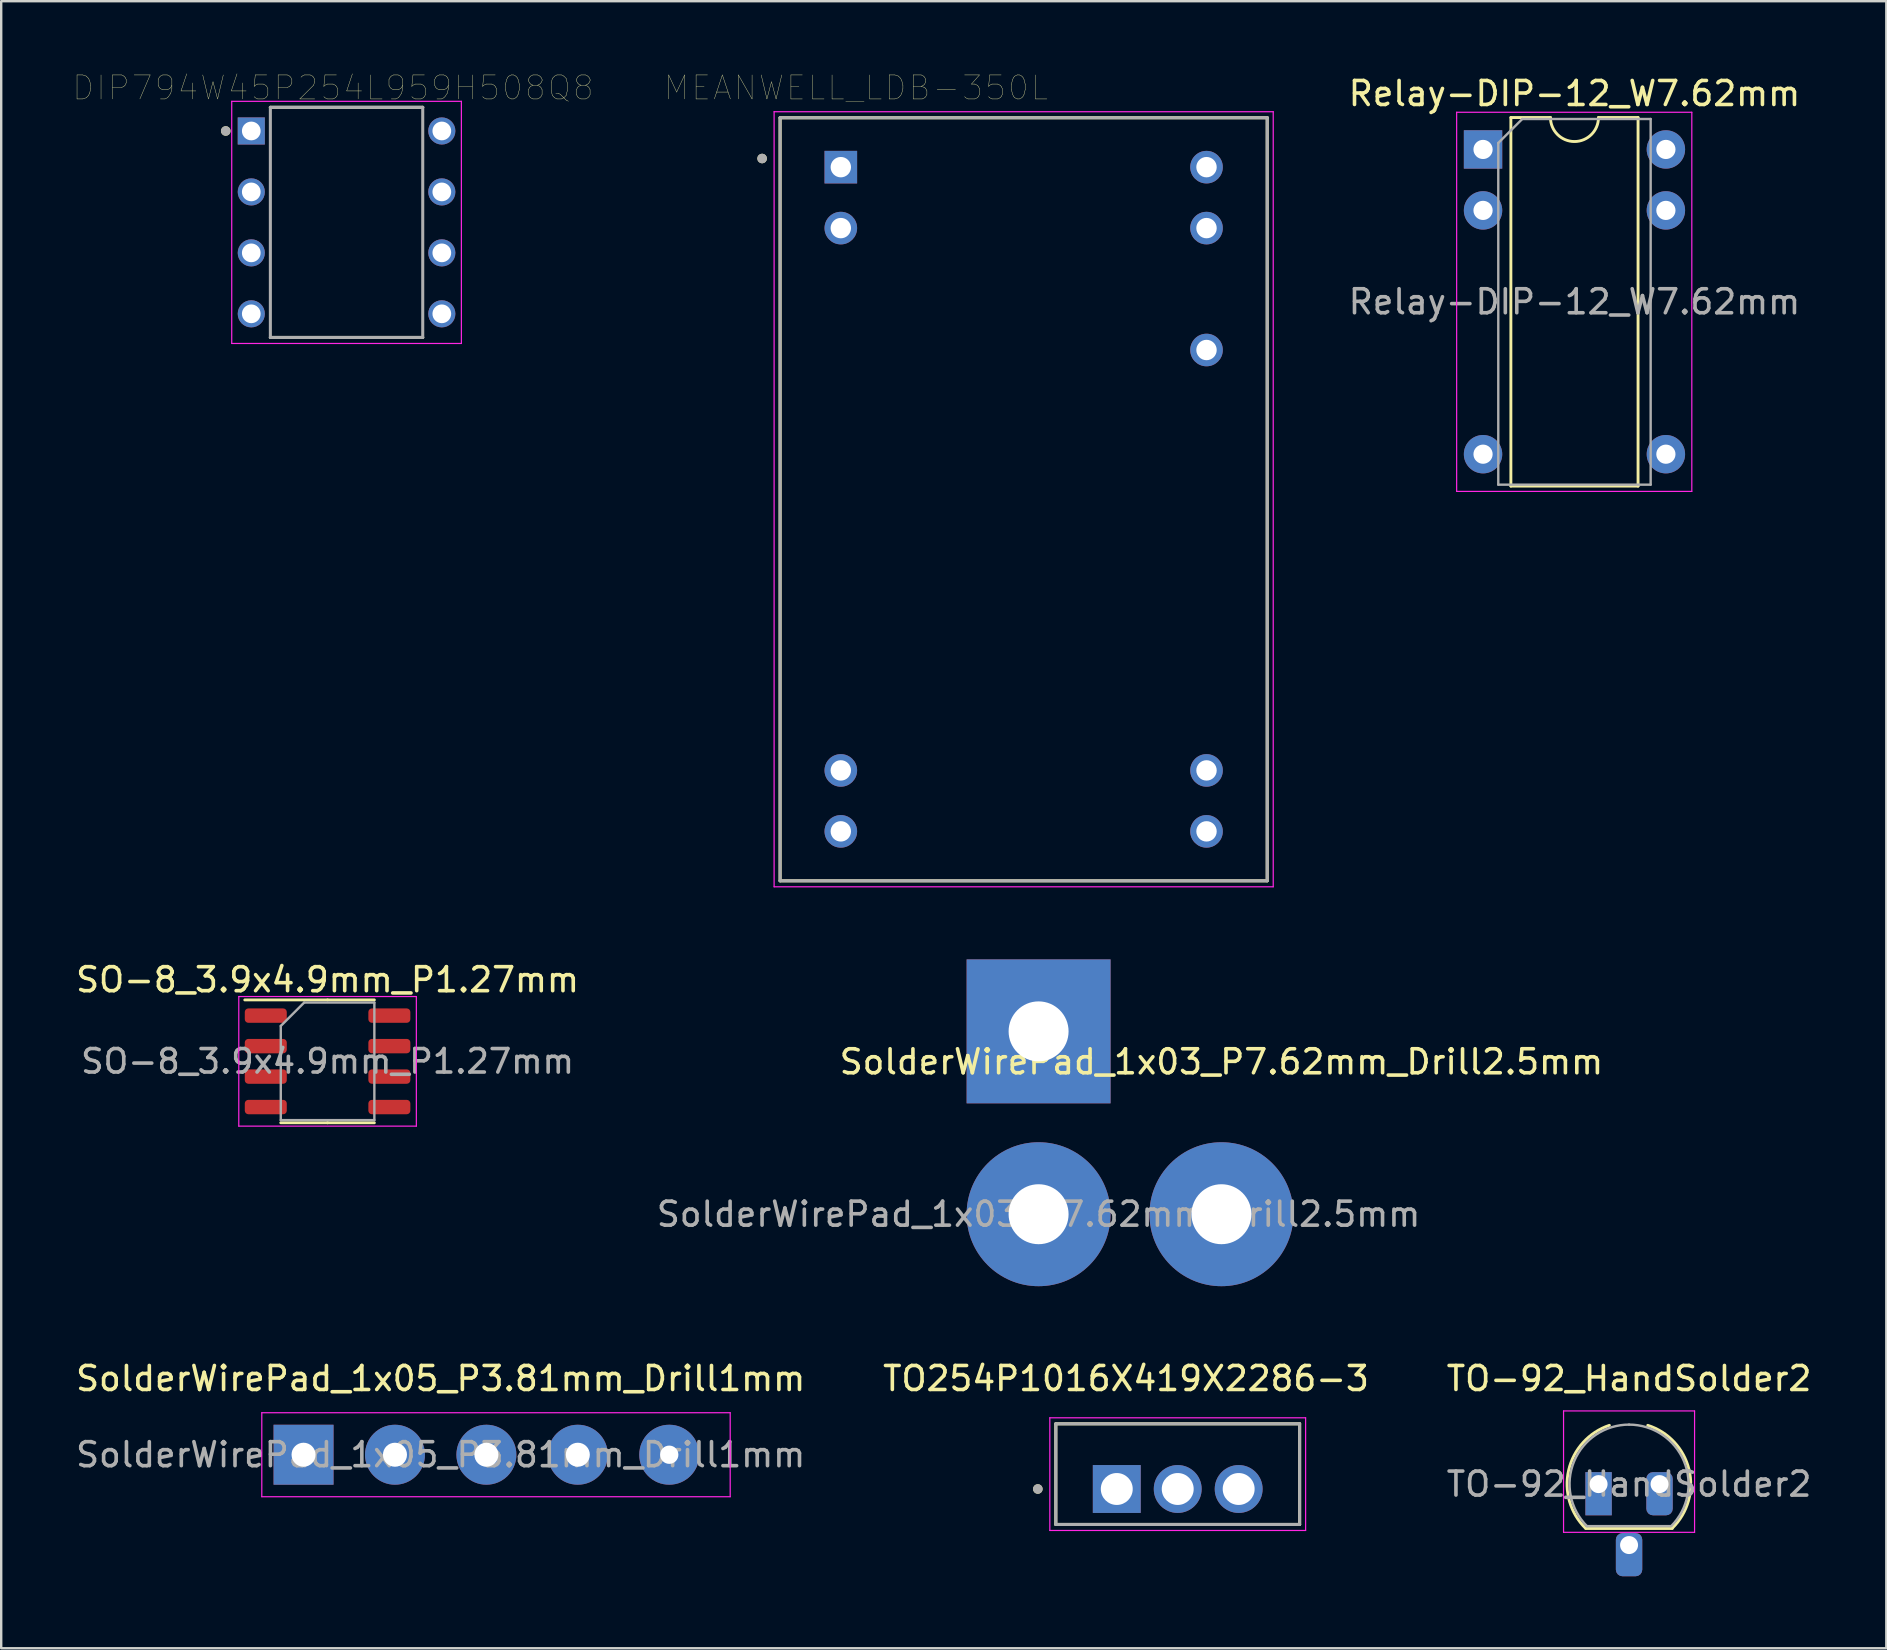
<source format=kicad_pcb>
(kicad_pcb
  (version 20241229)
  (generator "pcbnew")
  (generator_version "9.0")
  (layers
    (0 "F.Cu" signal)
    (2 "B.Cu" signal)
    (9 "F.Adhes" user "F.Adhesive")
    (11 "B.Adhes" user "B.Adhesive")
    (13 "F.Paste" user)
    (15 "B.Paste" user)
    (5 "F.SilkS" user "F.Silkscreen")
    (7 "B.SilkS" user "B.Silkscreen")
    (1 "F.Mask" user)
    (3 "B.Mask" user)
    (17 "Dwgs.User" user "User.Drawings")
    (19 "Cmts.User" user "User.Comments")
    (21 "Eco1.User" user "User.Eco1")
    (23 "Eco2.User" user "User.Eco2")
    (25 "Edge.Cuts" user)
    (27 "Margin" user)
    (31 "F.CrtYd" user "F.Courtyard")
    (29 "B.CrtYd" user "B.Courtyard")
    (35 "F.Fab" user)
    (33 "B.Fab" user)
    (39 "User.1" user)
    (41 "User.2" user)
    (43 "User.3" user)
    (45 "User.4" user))
  (footprint "TO-92_HandSolder2"
    (layer "F.Cu")
    (at 63.569 58.799)
    (property "Reference" "TO-92_HandSolder2" (at 1.27 -4.4 0) (layer "F.SilkS") (effects (font (size 1 1) (thickness 0.15))))
    (attr through_hole)
    (fp_line (start -0.53 1.85) (end 3.07 1.85) (stroke (width 0.12) (type solid)) (layer "F.SilkS"))
    (fp_arc (start -0.541875 1.841741) (mid -1.247231 -0.581764) (end 0.45 -2.45) (stroke (width 0.12) (type solid)) (layer "F.SilkS"))
    (fp_arc (start 2.05 -2.45) (mid 3.769931 -0.601036) (end 3.078445 1.827684) (stroke (width 0.12) (type solid)) (layer "F.SilkS"))
    (fp_line (start -1.46 -3.05) (end -1.46 2.01) (stroke (width 0.05) (type solid)) (layer "F.CrtYd"))
    (fp_line (start -1.46 -3.05) (end 4 -3.05) (stroke (width 0.05) (type solid)) (layer "F.CrtYd"))
    (fp_line (start 4 2.01) (end -1.46 2.01) (stroke (width 0.05) (type solid)) (layer "F.CrtYd"))
    (fp_line (start 4 2.01) (end 4 -3.05) (stroke (width 0.05) (type solid)) (layer "F.CrtYd"))
    (fp_line (start -0.5 1.75) (end 3 1.75) (stroke (width 0.1) (type solid)) (layer "F.Fab"))
    (fp_arc (start -0.483625 1.753625) (mid -1.021221 -0.949055) (end 1.27 -2.48) (stroke (width 0.1) (type solid)) (layer "F.Fab"))
    (fp_arc (start 1.27 -2.48) (mid 3.561221 -0.949055) (end 3.023625 1.753625) (stroke (width 0.1) (type solid)) (layer "F.Fab"))
    (fp_text user "${REFERENCE}" (at 1.27 0 0) (layer "F.Fab") (effects (font (size 1 1) (thickness 0.15))))
    (pad "1" thru_hole rect (at 0 0) (size 1.1 1.8) (drill 0.75 (offset 0 0.4)) (layers "*.Cu" "*.Mask"))
    (pad "2" thru_hole roundrect (at 1.27 2.54 180) (size 1.1 1.8) (drill 0.75 (offset 0 -0.4)) (layers "*.Cu" "*.Mask") (roundrect_rratio 0.25))
    (pad "3" thru_hole roundrect (at 2.54 0) (size 1.1 1.8) (drill 0.75 (offset 0 0.4)) (layers "*.Cu" "*.Mask") (roundrect_rratio 0.25)))
  (footprint "SolderWirePad_1x05_P3.81mm_Drill1mm"
    (layer "F.Cu")
    (at 9.6 57.574)
    (property "Reference" "SolderWirePad_1x05_P3.81mm_Drill1mm" (at 5.715 -3.175 0) (layer "F.SilkS") (effects (font (size 1 1) (thickness 0.15))))
    (attr exclude_from_pos_files exclude_from_bom)
    (fp_line (start -1.74 -1.75) (end -1.74 1.75) (stroke (width 0.05) (type solid)) (layer "F.CrtYd"))
    (fp_line (start -1.74 -1.75) (end 17.78 -1.75) (stroke (width 0.05) (type solid)) (layer "F.CrtYd"))
    (fp_line (start 17.78 1.75) (end -1.74 1.75) (stroke (width 0.05) (type solid)) (layer "F.CrtYd"))
    (fp_line (start 17.78 1.75) (end 17.78 -1.75) (stroke (width 0.05) (type solid)) (layer "F.CrtYd"))
    (fp_text user "${REFERENCE}" (at 5.715 0 0) (layer "F.Fab") (effects (font (size 1 1) (thickness 0.15))))
    (pad "1" thru_hole rect (at 0 0) (size 2.499 2.499) (drill 1.001) (layers "*.Cu" "*.Mask"))
    (pad "2" thru_hole circle (at 3.81 0) (size 2.499 2.499) (drill 1.001) (layers "*.Cu" "*.Mask"))
    (pad "3" thru_hole circle (at 7.62 0) (size 2.499 2.499) (drill 1.001) (layers "*.Cu" "*.Mask"))
    (pad "4" thru_hole circle (at 11.43 0) (size 2.499 2.499) (drill 1.001) (layers "*.Cu" "*.Mask"))
    (pad "5" thru_hole circle (at 15.24 0) (size 2.499 2.499) (drill 0.762) (layers "*.Cu" "*.Mask")))
  (footprint "TO254P1016X419X2286-3"
    (layer "F.Cu")
    (at 46.03 59.002)
    (property "Reference" "TO254P1016X419X2286-3" (at -2.155 -4.603 0) (layer "F.SilkS") (effects (font (size 1 1) (thickness 0.15))))
    (attr through_hole)
    (fp_line (start -5.08 -2.717) (end 5.08 -2.717) (stroke (width 0.127) (type solid)) (layer "F.SilkS"))
    (fp_line (start -5.08 1.478) (end -5.08 -2.717) (stroke (width 0.127) (type solid)) (layer "F.SilkS"))
    (fp_line (start 5.08 -2.717) (end 5.08 1.478) (stroke (width 0.127) (type solid)) (layer "F.SilkS"))
    (fp_line (start 5.08 1.478) (end -5.08 1.478) (stroke (width 0.127) (type solid)) (layer "F.SilkS"))
    (fp_circle (center -5.83 0) (end -5.73 0) (stroke (width 0.2) (type solid)) (fill no) (layer "F.SilkS"))
    (fp_line (start -5.33 -2.967) (end -5.33 1.728) (stroke (width 0.05) (type solid)) (layer "F.CrtYd"))
    (fp_line (start -5.33 1.728) (end 5.33 1.728) (stroke (width 0.05) (type solid)) (layer "F.CrtYd"))
    (fp_line (start 5.33 -2.967) (end -5.33 -2.967) (stroke (width 0.05) (type solid)) (layer "F.CrtYd"))
    (fp_line (start 5.33 1.728) (end 5.33 -2.967) (stroke (width 0.05) (type solid)) (layer "F.CrtYd"))
    (fp_line (start -5.08 -2.717) (end 5.08 -2.717) (stroke (width 0.127) (type solid)) (layer "F.Fab"))
    (fp_line (start -5.08 1.478) (end -5.08 -2.717) (stroke (width 0.127) (type solid)) (layer "F.Fab"))
    (fp_line (start 5.08 -2.717) (end 5.08 1.478) (stroke (width 0.127) (type solid)) (layer "F.Fab"))
    (fp_line (start 5.08 1.478) (end -5.08 1.478) (stroke (width 0.127) (type solid)) (layer "F.Fab"))
    (fp_circle (center -5.83 0) (end -5.73 0) (stroke (width 0.2) (type solid)) (fill no) (layer "F.Fab"))
    (pad "1" thru_hole rect (at -2.54 0) (size 1.995 1.995) (drill 1.33) (layers "*.Cu" "*.Mask"))
    (pad "2" thru_hole circle (at 0 0) (size 1.995 1.995) (drill 1.33) (layers "*.Cu" "*.Mask"))
    (pad "3" thru_hole circle (at 2.54 0) (size 1.995 1.995) (drill 1.33) (layers "*.Cu" "*.Mask")))
  (footprint "MEANWELL_LDB-350L"
    (layer "F.Cu")
    (at 39.61 17.756)
    (property "Reference" "MEANWELL_LDB-350L" (at -6.985 -17.145 0) (layer "F.SilkS") (effects (font (size 1 1) (thickness 0.015))))
    (attr through_hole)
    (fp_line (start -10.15 -15.9) (end 10.15 -15.9) (stroke (width 0.127) (type solid)) (layer "F.SilkS"))
    (fp_line (start -10.15 15.9) (end -10.15 -15.9) (stroke (width 0.127) (type solid)) (layer "F.SilkS"))
    (fp_line (start 10.15 -15.9) (end 10.15 15.9) (stroke (width 0.127) (type solid)) (layer "F.SilkS"))
    (fp_line (start 10.15 15.9) (end -10.15 15.9) (stroke (width 0.127) (type solid)) (layer "F.SilkS"))
    (fp_circle (center -10.9 -14.2) (end -10.8 -14.2) (stroke (width 0.2) (type solid)) (fill no) (layer "F.SilkS"))
    (fp_line (start -10.4 -16.15) (end 10.4 -16.15) (stroke (width 0.05) (type solid)) (layer "F.CrtYd"))
    (fp_line (start -10.4 16.15) (end -10.4 -16.15) (stroke (width 0.05) (type solid)) (layer "F.CrtYd"))
    (fp_line (start 10.4 -16.15) (end 10.4 16.15) (stroke (width 0.05) (type solid)) (layer "F.CrtYd"))
    (fp_line (start 10.4 16.15) (end -10.4 16.15) (stroke (width 0.05) (type solid)) (layer "F.CrtYd"))
    (fp_line (start -10.15 -15.9) (end 10.15 -15.9) (stroke (width 0.127) (type solid)) (layer "F.Fab"))
    (fp_line (start -10.15 15.9) (end -10.15 -15.9) (stroke (width 0.127) (type solid)) (layer "F.Fab"))
    (fp_line (start 10.15 -15.9) (end 10.15 15.9) (stroke (width 0.127) (type solid)) (layer "F.Fab"))
    (fp_line (start 10.15 15.9) (end -10.15 15.9) (stroke (width 0.127) (type solid)) (layer "F.Fab"))
    (fp_circle (center -10.9 -14.2) (end -10.8 -14.2) (stroke (width 0.2) (type solid)) (fill no) (layer "F.Fab"))
    (pad "1" thru_hole rect (at -7.62 -13.84) (size 1.358 1.358) (drill 0.85) (layers "*.Cu" "*.Mask"))
    (pad "2" thru_hole circle (at -7.62 -11.3) (size 1.358 1.358) (drill 0.85) (layers "*.Cu" "*.Mask"))
    (pad "11" thru_hole circle (at -7.62 11.3) (size 1.358 1.358) (drill 0.85) (layers "*.Cu" "*.Mask"))
    (pad "12" thru_hole circle (at -7.62 13.84) (size 1.358 1.358) (drill 0.85) (layers "*.Cu" "*.Mask"))
    (pad "13" thru_hole circle (at 7.62 13.84) (size 1.358 1.358) (drill 0.85) (layers "*.Cu" "*.Mask"))
    (pad "14" thru_hole circle (at 7.62 11.3) (size 1.358 1.358) (drill 0.85) (layers "*.Cu" "*.Mask"))
    (pad "21" thru_hole circle (at 7.62 -6.22) (size 1.358 1.358) (drill 0.85) (layers "*.Cu" "*.Mask"))
    (pad "23" thru_hole circle (at 7.62 -11.3) (size 1.358 1.358) (drill 0.85) (layers "*.Cu" "*.Mask"))
    (pad "24" thru_hole circle (at 7.62 -13.84) (size 1.358 1.358) (drill 0.85) (layers "*.Cu" "*.Mask")))
  (footprint "SolderWirePad_1x03_P7.62mm_Drill2.5mm"
    (layer "F.Cu")
    (at 32.612 47.551)
    (property "Reference" "SolderWirePad_1x03_P7.62mm_Drill2.5mm" (at 15.24 -6.35 0) (layer "F.SilkS") (effects (font (size 1 1) (thickness 0.15))))
    (attr exclude_from_pos_files exclude_from_bom)
    (fp_text user "${REFERENCE}" (at 7.62 0 0) (layer "F.Fab") (effects (font (size 1 1) (thickness 0.15))))
    (pad "1" thru_hole rect (at 7.62 -7.62) (size 5.999 5.999) (drill 2.499) (layers "*.Cu" "*.Mask"))
    (pad "2" thru_hole circle (at 7.62 0) (size 5.999 5.999) (drill 2.499) (layers "*.Cu" "*.Mask"))
    (pad "3" thru_hole circle (at 15.24 0) (size 5.999 5.999) (drill 2.499) (layers "*.Cu" "*.Mask")))
  (footprint "DIP794W45P254L959H508Q8"
    (layer "F.Cu")
    (at 11.392 6.218)
    (property "Reference" "DIP794W45P254L959H508Q8" (at -0.565 -5.607 0) (layer "F.SilkS") (effects (font (size 1 1) (thickness 0.015))))
    (attr through_hole)
    (fp_line (start -3.175 -4.795) (end 3.175 -4.795) (stroke (width 0.127) (type solid)) (layer "F.SilkS"))
    (fp_line (start -3.175 4.795) (end 3.175 4.795) (stroke (width 0.127) (type solid)) (layer "F.SilkS"))
    (fp_circle (center -5.035 -3.81) (end -4.935 -3.81) (stroke (width 0.2) (type solid)) (fill no) (layer "F.SilkS"))
    (fp_line (start -4.785 -5.045) (end -4.785 5.045) (stroke (width 0.05) (type solid)) (layer "F.CrtYd"))
    (fp_line (start 4.785 -5.045) (end -4.785 -5.045) (stroke (width 0.05) (type solid)) (layer "F.CrtYd"))
    (fp_line (start 4.785 -5.045) (end 4.785 5.045) (stroke (width 0.05) (type solid)) (layer "F.CrtYd"))
    (fp_line (start 4.785 5.045) (end -4.785 5.045) (stroke (width 0.05) (type solid)) (layer "F.CrtYd"))
    (fp_line (start -3.175 -4.795) (end -3.175 4.795) (stroke (width 0.127) (type solid)) (layer "F.Fab"))
    (fp_line (start -3.175 -4.795) (end 3.175 -4.795) (stroke (width 0.127) (type solid)) (layer "F.Fab"))
    (fp_line (start -3.175 4.795) (end 3.175 4.795) (stroke (width 0.127) (type solid)) (layer "F.Fab"))
    (fp_line (start 3.175 -4.795) (end 3.175 4.795) (stroke (width 0.127) (type solid)) (layer "F.Fab"))
    (fp_circle (center -5.035 -3.81) (end -4.935 -3.81) (stroke (width 0.2) (type solid)) (fill no) (layer "F.Fab"))
    (pad "1" thru_hole rect (at -3.97 -3.81) (size 1.13 1.13) (drill 0.78) (layers "*.Cu" "*.Mask"))
    (pad "2" thru_hole circle (at -3.97 -1.27) (size 1.13 1.13) (drill 0.78) (layers "*.Cu" "*.Mask"))
    (pad "3" thru_hole circle (at -3.97 1.27) (size 1.13 1.13) (drill 0.78) (layers "*.Cu" "*.Mask"))
    (pad "4" thru_hole circle (at -3.97 3.81) (size 1.13 1.13) (drill 0.78) (layers "*.Cu" "*.Mask"))
    (pad "5" thru_hole circle (at 3.97 3.81) (size 1.13 1.13) (drill 0.78) (layers "*.Cu" "*.Mask"))
    (pad "6" thru_hole circle (at 3.97 1.27) (size 1.13 1.13) (drill 0.78) (layers "*.Cu" "*.Mask"))
    (pad "7" thru_hole circle (at 3.97 -1.27) (size 1.13 1.13) (drill 0.78) (layers "*.Cu" "*.Mask"))
    (pad "8" thru_hole circle (at 3.97 -3.81) (size 1.13 1.13) (drill 0.78) (layers "*.Cu" "*.Mask")))
  (footprint "Relay-DIP-12_W7.62mm"
    (layer "F.Cu")
    (at 58.754 3.178)
    (property "Reference" "Relay-DIP-12_W7.62mm" (at 3.81 -2.33 0) (layer "F.SilkS") (effects (font (size 1 1) (thickness 0.15))))
    (attr through_hole)
    (fp_line (start 1.16 -1.33) (end 1.16 14.03) (stroke (width 0.12) (type solid)) (layer "F.SilkS"))
    (fp_line (start 1.16 14.03) (end 6.46 14.03) (stroke (width 0.12) (type solid)) (layer "F.SilkS"))
    (fp_line (start 2.81 -1.33) (end 1.16 -1.33) (stroke (width 0.12) (type solid)) (layer "F.SilkS"))
    (fp_line (start 6.46 -1.33) (end 4.81 -1.33) (stroke (width 0.12) (type solid)) (layer "F.SilkS"))
    (fp_line (start 6.46 14.03) (end 6.46 -1.33) (stroke (width 0.12) (type solid)) (layer "F.SilkS"))
    (fp_arc (start 4.81 -1.33) (mid 3.81 -0.33) (end 2.81 -1.33) (stroke (width 0.12) (type solid)) (layer "F.SilkS"))
    (fp_line (start -1.1 -1.55) (end -1.1 14.25) (stroke (width 0.05) (type solid)) (layer "F.CrtYd"))
    (fp_line (start -1.1 14.25) (end 8.7 14.25) (stroke (width 0.05) (type solid)) (layer "F.CrtYd"))
    (fp_line (start 8.7 -1.55) (end -1.1 -1.55) (stroke (width 0.05) (type solid)) (layer "F.CrtYd"))
    (fp_line (start 8.7 14.25) (end 8.7 -1.55) (stroke (width 0.05) (type solid)) (layer "F.CrtYd"))
    (fp_line (start 0.635 -0.27) (end 1.635 -1.27) (stroke (width 0.1) (type solid)) (layer "F.Fab"))
    (fp_line (start 0.635 13.97) (end 0.635 -0.27) (stroke (width 0.1) (type solid)) (layer "F.Fab"))
    (fp_line (start 1.635 -1.27) (end 6.985 -1.27) (stroke (width 0.1) (type solid)) (layer "F.Fab"))
    (fp_line (start 6.985 -1.27) (end 6.985 13.97) (stroke (width 0.1) (type solid)) (layer "F.Fab"))
    (fp_line (start 6.985 13.97) (end 0.635 13.97) (stroke (width 0.1) (type solid)) (layer "F.Fab"))
    (fp_text user "${REFERENCE}" (at 3.81 6.35 0) (layer "F.Fab") (effects (font (size 1 1) (thickness 0.15))))
    (pad "1" thru_hole rect (at 0 0) (size 1.6 1.6) (drill 0.8) (layers "*.Cu" "*.Mask"))
    (pad "2" thru_hole oval (at 0 2.54) (size 1.6 1.6) (drill 0.8) (layers "*.Cu" "*.Mask"))
    (pad "6" thru_hole oval (at 0 12.7) (size 1.6 1.6) (drill 0.8) (layers "*.Cu" "*.Mask"))
    (pad "7" thru_hole oval (at 7.62 12.7) (size 1.6 1.6) (drill 0.8) (layers "*.Cu" "*.Mask"))
    (pad "11" thru_hole oval (at 7.62 2.54) (size 1.6 1.6) (drill 0.8) (layers "*.Cu" "*.Mask"))
    (pad "12" thru_hole oval (at 7.62 0) (size 1.6 1.6) (drill 0.8) (layers "*.Cu" "*.Mask")))
  (footprint "SO-8_3.9x4.9mm_P1.27mm"
    (layer "F.Cu")
    (at 10.601 41.18)
    (property "Reference" "SO-8_3.9x4.9mm_P1.27mm" (at 0 -3.4 0) (layer "F.SilkS") (effects (font (size 1 1) (thickness 0.15))))
    (attr smd)
    (fp_line (start 0 -2.56) (end -3.45 -2.56) (stroke (width 0.12) (type solid)) (layer "F.SilkS"))
    (fp_line (start 0 -2.56) (end 1.95 -2.56) (stroke (width 0.12) (type solid)) (layer "F.SilkS"))
    (fp_line (start 0 2.56) (end -1.95 2.56) (stroke (width 0.12) (type solid)) (layer "F.SilkS"))
    (fp_line (start 0 2.56) (end 1.95 2.56) (stroke (width 0.12) (type solid)) (layer "F.SilkS"))
    (fp_line (start -3.7 -2.7) (end -3.7 2.7) (stroke (width 0.05) (type solid)) (layer "F.CrtYd"))
    (fp_line (start -3.7 2.7) (end 3.7 2.7) (stroke (width 0.05) (type solid)) (layer "F.CrtYd"))
    (fp_line (start 3.7 -2.7) (end -3.7 -2.7) (stroke (width 0.05) (type solid)) (layer "F.CrtYd"))
    (fp_line (start 3.7 2.7) (end 3.7 -2.7) (stroke (width 0.05) (type solid)) (layer "F.CrtYd"))
    (fp_line (start -1.95 -1.475) (end -0.975 -2.45) (stroke (width 0.1) (type solid)) (layer "F.Fab"))
    (fp_line (start -1.95 2.45) (end -1.95 -1.475) (stroke (width 0.1) (type solid)) (layer "F.Fab"))
    (fp_line (start -0.975 -2.45) (end 1.95 -2.45) (stroke (width 0.1) (type solid)) (layer "F.Fab"))
    (fp_line (start 1.95 -2.45) (end 1.95 2.45) (stroke (width 0.1) (type solid)) (layer "F.Fab"))
    (fp_line (start 1.95 2.45) (end -1.95 2.45) (stroke (width 0.1) (type solid)) (layer "F.Fab"))
    (fp_text user "${REFERENCE}" (at 0 0 0) (layer "F.Fab") (effects (font (size 0.98 0.98) (thickness 0.15))))
    (pad "1" smd roundrect (at 2.575 -1.905) (size 1.75 0.6) (layers "F.Cu" "F.Mask" "F.Paste") (roundrect_rratio 0.25))
    (pad "1" smd roundrect (at 2.575 -0.635) (size 1.75 0.6) (layers "F.Cu" "F.Mask" "F.Paste") (roundrect_rratio 0.25))
    (pad "1" smd roundrect (at 2.575 0.635) (size 1.75 0.6) (layers "F.Cu" "F.Mask" "F.Paste") (roundrect_rratio 0.25))
    (pad "1" smd roundrect (at 2.575 1.905) (size 1.75 0.6) (layers "F.Cu" "F.Mask" "F.Paste") (roundrect_rratio 0.25))
    (pad "2" smd roundrect (at -2.575 1.905) (size 1.75 0.6) (layers "F.Cu" "F.Mask" "F.Paste") (roundrect_rratio 0.25))
    (pad "3" smd roundrect (at -2.575 -1.905) (size 1.75 0.6) (layers "F.Cu" "F.Mask" "F.Paste") (roundrect_rratio 0.25))
    (pad "3" smd roundrect (at -2.575 -0.635) (size 1.75 0.6) (layers "F.Cu" "F.Mask" "F.Paste") (roundrect_rratio 0.25))
    (pad "3" smd roundrect (at -2.575 0.635) (size 1.75 0.6) (layers "F.Cu" "F.Mask" "F.Paste") (roundrect_rratio 0.25)))
  (gr_rect
    (start -3 -3)
    (end 75.56 65.639)
    (stroke (width 0.1) (type default))
    (fill no)
    (layer "Edge.Cuts")))
</source>
